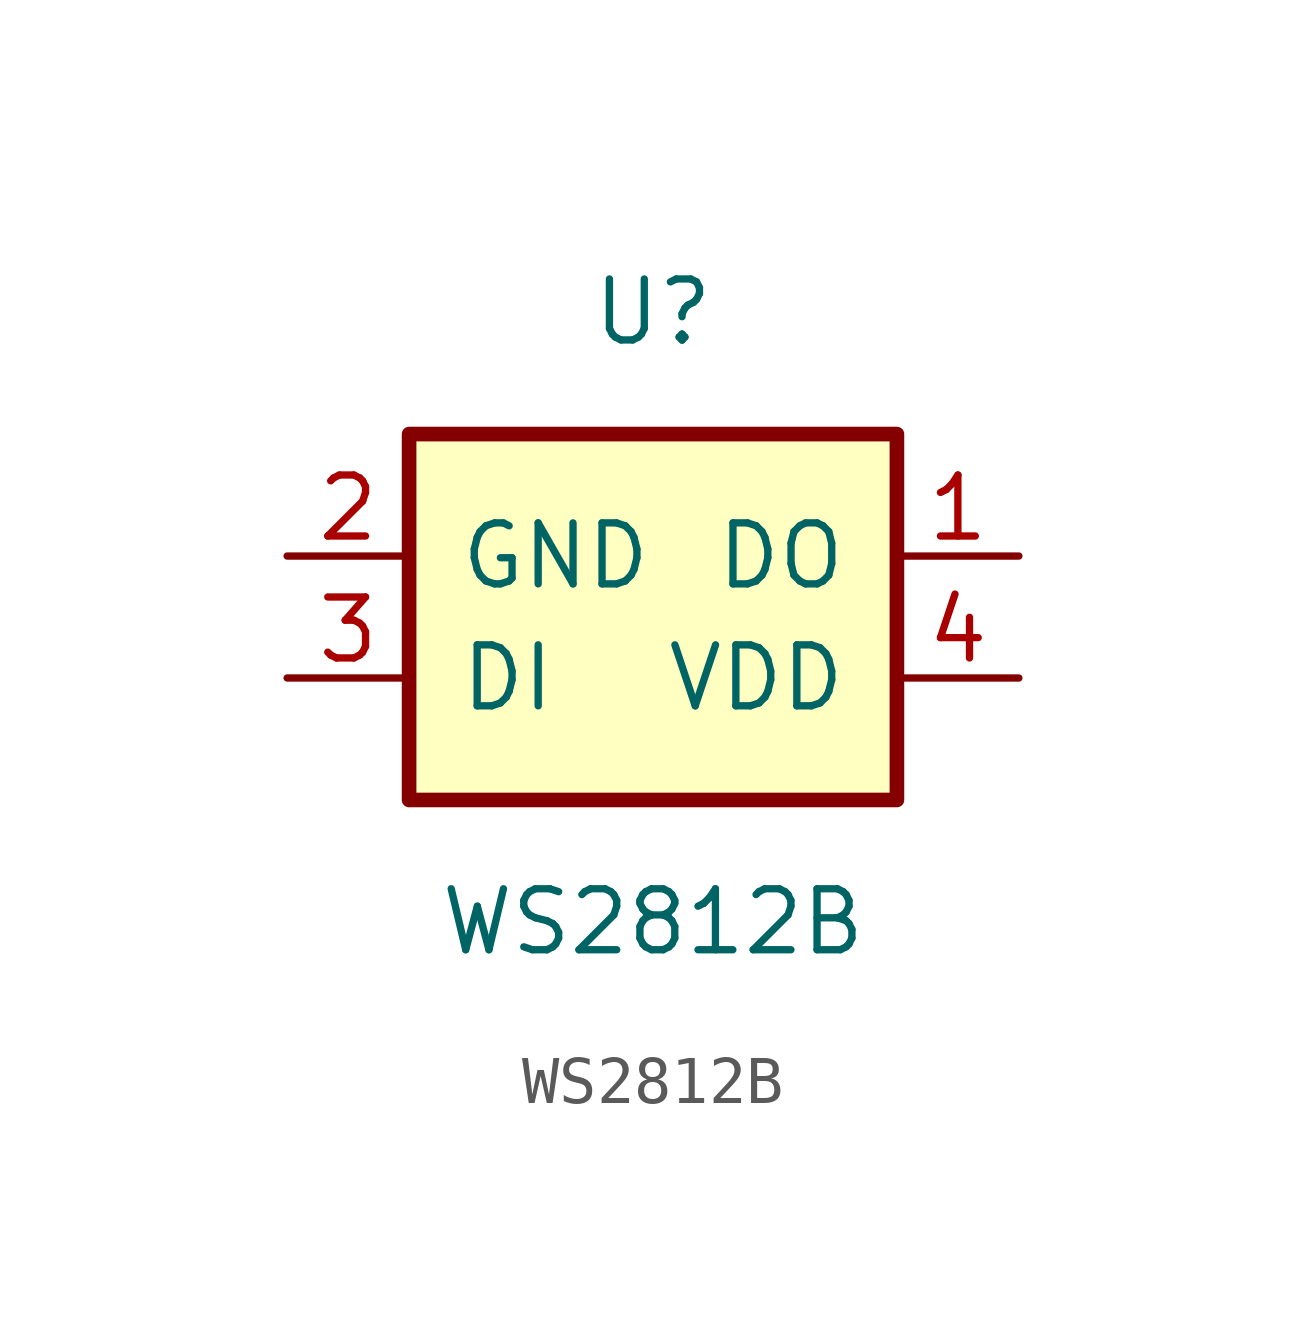
<source format=kicad_sym>
(kicad_symbol_lib
  (version 20211014)
  (generator kicad_symbol_editor)
  (symbol "WS2812B"
    (pin_names
      (offset 1.016))
    (property "Reference" "U"
      (at 0 5.08 0)
      (effects (font (size 1.27 1.27))))
    (property "Value" "WS2812B"
      (at 0 -7.62 0)
      (effects (font (size 1.27 1.27))))
    (symbol "WS2812B_0_1"
      (rectangle (start -5.08 2.54) (end 5.08 -5.08) (stroke (width 0.305) (type default) (color 0 0 0 0)) (fill (type background))))
    (symbol "WS2812B_1_1"
      (pin passive line (at 7.62 0 180) (length 2.54) (name "DO" (effects (font (size 1.27 1.27)))) (number "1" (effects (font (size 1.27 1.27)))))
      (pin passive line (at -7.62 0 0) (length 2.54) (name "GND" (effects (font (size 1.27 1.27)))) (number "2" (effects (font (size 1.27 1.27)))))
      (pin passive line (at -7.62 -2.54 0) (length 2.54) (name "DI" (effects (font (size 1.27 1.27)))) (number "3" (effects (font (size 1.27 1.27)))))
      (pin passive line (at 7.62 -2.54 180) (length 2.54) (name "VDD" (effects (font (size 1.27 1.27)))) (number "4" (effects (font (size 1.27 1.27))))))))
</source>
